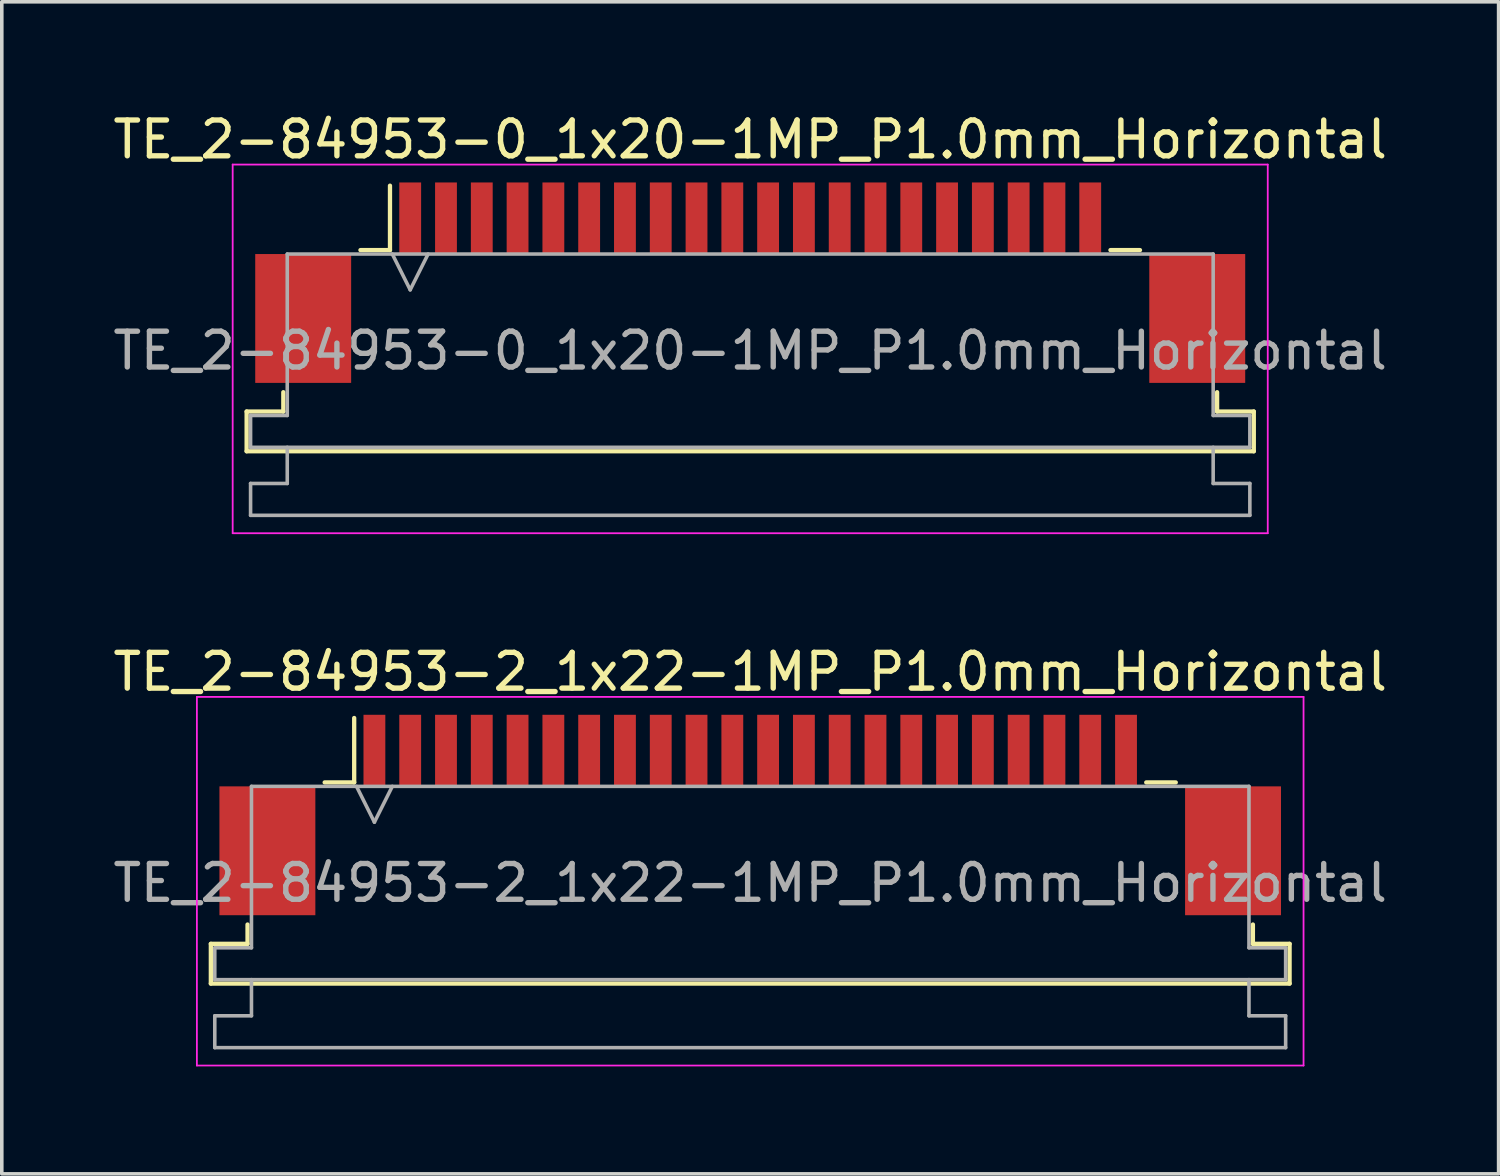
<source format=kicad_pcb>
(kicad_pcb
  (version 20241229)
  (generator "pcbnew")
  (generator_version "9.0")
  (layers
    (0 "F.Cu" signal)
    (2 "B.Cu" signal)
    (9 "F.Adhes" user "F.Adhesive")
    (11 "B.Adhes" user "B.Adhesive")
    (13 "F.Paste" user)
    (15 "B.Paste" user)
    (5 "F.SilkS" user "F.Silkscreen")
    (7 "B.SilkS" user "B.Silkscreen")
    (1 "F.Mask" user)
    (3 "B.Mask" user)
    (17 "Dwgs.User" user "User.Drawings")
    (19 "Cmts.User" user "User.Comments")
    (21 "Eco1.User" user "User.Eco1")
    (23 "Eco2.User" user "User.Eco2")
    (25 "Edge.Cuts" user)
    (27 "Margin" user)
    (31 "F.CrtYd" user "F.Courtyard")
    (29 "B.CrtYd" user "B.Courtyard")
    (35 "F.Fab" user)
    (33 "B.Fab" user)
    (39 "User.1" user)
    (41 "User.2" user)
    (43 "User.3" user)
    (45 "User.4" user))
  (footprint "TE_2-84953-2_1x22-1MP_P1.0mm_Horizontal"
    (layer "F.Cu")
    (at 17.911 19.721)
    (property "Reference" "TE_2-84953-2_1x22-1MP_P1.0mm_Horizontal" (at 0 -4 0) (layer "F.SilkS") (effects (font (size 1 1) (thickness 0.15))))
    (attr smd)
    (fp_line (start -15.07 3.6) (end -14.045 3.6) (stroke (width 0.12) (type solid)) (layer "F.SilkS"))
    (fp_line (start -15.07 4.71) (end -15.07 3.6) (stroke (width 0.12) (type solid)) (layer "F.SilkS"))
    (fp_line (start -14.045 3.6) (end -14.045 3.06) (stroke (width 0.12) (type solid)) (layer "F.SilkS"))
    (fp_line (start -11.89 -0.91) (end -11.065 -0.91) (stroke (width 0.12) (type solid)) (layer "F.SilkS"))
    (fp_line (start -11.065 -0.91) (end -11.065 -2.71) (stroke (width 0.12) (type solid)) (layer "F.SilkS"))
    (fp_line (start 11.065 -0.91) (end 11.89 -0.91) (stroke (width 0.12) (type solid)) (layer "F.SilkS"))
    (fp_line (start 14.045 3.06) (end 14.045 3.6) (stroke (width 0.12) (type solid)) (layer "F.SilkS"))
    (fp_line (start 14.045 3.6) (end 15.07 3.6) (stroke (width 0.12) (type solid)) (layer "F.SilkS"))
    (fp_line (start 15.07 3.6) (end 15.07 4.71) (stroke (width 0.12) (type solid)) (layer "F.SilkS"))
    (fp_line (start 15.07 4.71) (end -15.07 4.71) (stroke (width 0.12) (type solid)) (layer "F.SilkS"))
    (fp_line (start -15.46 -3.3) (end -15.46 7) (stroke (width 0.05) (type solid)) (layer "F.CrtYd"))
    (fp_line (start -15.46 7) (end 15.46 7) (stroke (width 0.05) (type solid)) (layer "F.CrtYd"))
    (fp_line (start 15.46 -3.3) (end -15.46 -3.3) (stroke (width 0.05) (type solid)) (layer "F.CrtYd"))
    (fp_line (start 15.46 7) (end 15.46 -3.3) (stroke (width 0.05) (type solid)) (layer "F.CrtYd"))
    (fp_line (start -14.96 3.71) (end -13.935 3.71) (stroke (width 0.1) (type solid)) (layer "F.Fab"))
    (fp_line (start -14.96 4.6) (end -14.96 3.71) (stroke (width 0.1) (type solid)) (layer "F.Fab"))
    (fp_line (start -14.96 5.61) (end -13.935 5.61) (stroke (width 0.1) (type solid)) (layer "F.Fab"))
    (fp_line (start -14.96 6.5) (end -14.96 5.61) (stroke (width 0.1) (type solid)) (layer "F.Fab"))
    (fp_line (start -13.935 -0.8) (end 13.935 -0.8) (stroke (width 0.1) (type solid)) (layer "F.Fab"))
    (fp_line (start -13.935 3.71) (end -13.935 -0.8) (stroke (width 0.1) (type solid)) (layer "F.Fab"))
    (fp_line (start -13.935 5.61) (end -13.935 4.6) (stroke (width 0.1) (type solid)) (layer "F.Fab"))
    (fp_line (start -11 -0.8) (end -10.5 0.2) (stroke (width 0.1) (type solid)) (layer "F.Fab"))
    (fp_line (start -10.5 0.2) (end -10 -0.8) (stroke (width 0.1) (type solid)) (layer "F.Fab"))
    (fp_line (start 13.935 -0.8) (end 13.935 3.71) (stroke (width 0.1) (type solid)) (layer "F.Fab"))
    (fp_line (start 13.935 3.71) (end 14.96 3.71) (stroke (width 0.1) (type solid)) (layer "F.Fab"))
    (fp_line (start 13.935 4.6) (end 13.935 5.61) (stroke (width 0.1) (type solid)) (layer "F.Fab"))
    (fp_line (start 13.935 5.61) (end 14.96 5.61) (stroke (width 0.1) (type solid)) (layer "F.Fab"))
    (fp_line (start 14.96 3.71) (end 14.96 4.6) (stroke (width 0.1) (type solid)) (layer "F.Fab"))
    (fp_line (start 14.96 4.6) (end -14.96 4.6) (stroke (width 0.1) (type solid)) (layer "F.Fab"))
    (fp_line (start 14.96 5.61) (end 14.96 6.5) (stroke (width 0.1) (type solid)) (layer "F.Fab"))
    (fp_line (start 14.96 6.5) (end -14.96 6.5) (stroke (width 0.1) (type solid)) (layer "F.Fab"))
    (fp_text user "${REFERENCE}" (at 0 1.9 0) (layer "F.Fab") (effects (font (size 1 1) (thickness 0.15))))
    (pad "1" smd rect (at -10.5 -1.8) (size 0.61 2) (layers "F.Cu" "F.Mask" "F.Paste"))
    (pad "2" smd rect (at -9.5 -1.8) (size 0.61 2) (layers "F.Cu" "F.Mask" "F.Paste"))
    (pad "3" smd rect (at -8.5 -1.8) (size 0.61 2) (layers "F.Cu" "F.Mask" "F.Paste"))
    (pad "4" smd rect (at -7.5 -1.8) (size 0.61 2) (layers "F.Cu" "F.Mask" "F.Paste"))
    (pad "5" smd rect (at -6.5 -1.8) (size 0.61 2) (layers "F.Cu" "F.Mask" "F.Paste"))
    (pad "6" smd rect (at -5.5 -1.8) (size 0.61 2) (layers "F.Cu" "F.Mask" "F.Paste"))
    (pad "7" smd rect (at -4.5 -1.8) (size 0.61 2) (layers "F.Cu" "F.Mask" "F.Paste"))
    (pad "8" smd rect (at -3.5 -1.8) (size 0.61 2) (layers "F.Cu" "F.Mask" "F.Paste"))
    (pad "9" smd rect (at -2.5 -1.8) (size 0.61 2) (layers "F.Cu" "F.Mask" "F.Paste"))
    (pad "10" smd rect (at -1.5 -1.8) (size 0.61 2) (layers "F.Cu" "F.Mask" "F.Paste"))
    (pad "11" smd rect (at -0.5 -1.8) (size 0.61 2) (layers "F.Cu" "F.Mask" "F.Paste"))
    (pad "12" smd rect (at 0.5 -1.8) (size 0.61 2) (layers "F.Cu" "F.Mask" "F.Paste"))
    (pad "13" smd rect (at 1.5 -1.8) (size 0.61 2) (layers "F.Cu" "F.Mask" "F.Paste"))
    (pad "14" smd rect (at 2.5 -1.8) (size 0.61 2) (layers "F.Cu" "F.Mask" "F.Paste"))
    (pad "15" smd rect (at 3.5 -1.8) (size 0.61 2) (layers "F.Cu" "F.Mask" "F.Paste"))
    (pad "16" smd rect (at 4.5 -1.8) (size 0.61 2) (layers "F.Cu" "F.Mask" "F.Paste"))
    (pad "17" smd rect (at 5.5 -1.8) (size 0.61 2) (layers "F.Cu" "F.Mask" "F.Paste"))
    (pad "18" smd rect (at 6.5 -1.8) (size 0.61 2) (layers "F.Cu" "F.Mask" "F.Paste"))
    (pad "19" smd rect (at 7.5 -1.8) (size 0.61 2) (layers "F.Cu" "F.Mask" "F.Paste"))
    (pad "20" smd rect (at 8.5 -1.8) (size 0.61 2) (layers "F.Cu" "F.Mask" "F.Paste"))
    (pad "21" smd rect (at 9.5 -1.8) (size 0.61 2) (layers "F.Cu" "F.Mask" "F.Paste"))
    (pad "22" smd rect (at 10.5 -1.8) (size 0.61 2) (layers "F.Cu" "F.Mask" "F.Paste"))
    (pad "MP" smd rect (at -13.49 1) (size 2.68 3.6) (layers "F.Cu" "F.Mask" "F.Paste"))
    (pad "MP" smd rect (at 13.49 1) (size 2.68 3.6) (layers "F.Cu" "F.Mask" "F.Paste")))
  (footprint "TE_2-84953-0_1x20-1MP_P1.0mm_Horizontal"
    (layer "F.Cu")
    (at 17.911 4.848)
    (property "Reference" "TE_2-84953-0_1x20-1MP_P1.0mm_Horizontal" (at 0 -4 0) (layer "F.SilkS") (effects (font (size 1 1) (thickness 0.15))))
    (attr smd)
    (fp_line (start -14.07 3.6) (end -13.045 3.6) (stroke (width 0.12) (type solid)) (layer "F.SilkS"))
    (fp_line (start -14.07 4.71) (end -14.07 3.6) (stroke (width 0.12) (type solid)) (layer "F.SilkS"))
    (fp_line (start -13.045 3.6) (end -13.045 3.06) (stroke (width 0.12) (type solid)) (layer "F.SilkS"))
    (fp_line (start -10.89 -0.91) (end -10.065 -0.91) (stroke (width 0.12) (type solid)) (layer "F.SilkS"))
    (fp_line (start -10.065 -0.91) (end -10.065 -2.71) (stroke (width 0.12) (type solid)) (layer "F.SilkS"))
    (fp_line (start 10.065 -0.91) (end 10.89 -0.91) (stroke (width 0.12) (type solid)) (layer "F.SilkS"))
    (fp_line (start 13.045 3.06) (end 13.045 3.6) (stroke (width 0.12) (type solid)) (layer "F.SilkS"))
    (fp_line (start 13.045 3.6) (end 14.07 3.6) (stroke (width 0.12) (type solid)) (layer "F.SilkS"))
    (fp_line (start 14.07 3.6) (end 14.07 4.71) (stroke (width 0.12) (type solid)) (layer "F.SilkS"))
    (fp_line (start 14.07 4.71) (end -14.07 4.71) (stroke (width 0.12) (type solid)) (layer "F.SilkS"))
    (fp_line (start -14.46 -3.3) (end -14.46 7) (stroke (width 0.05) (type solid)) (layer "F.CrtYd"))
    (fp_line (start -14.46 7) (end 14.46 7) (stroke (width 0.05) (type solid)) (layer "F.CrtYd"))
    (fp_line (start 14.46 -3.3) (end -14.46 -3.3) (stroke (width 0.05) (type solid)) (layer "F.CrtYd"))
    (fp_line (start 14.46 7) (end 14.46 -3.3) (stroke (width 0.05) (type solid)) (layer "F.CrtYd"))
    (fp_line (start -13.96 3.71) (end -12.935 3.71) (stroke (width 0.1) (type solid)) (layer "F.Fab"))
    (fp_line (start -13.96 4.6) (end -13.96 3.71) (stroke (width 0.1) (type solid)) (layer "F.Fab"))
    (fp_line (start -13.96 5.61) (end -12.935 5.61) (stroke (width 0.1) (type solid)) (layer "F.Fab"))
    (fp_line (start -13.96 6.5) (end -13.96 5.61) (stroke (width 0.1) (type solid)) (layer "F.Fab"))
    (fp_line (start -12.935 -0.8) (end 12.935 -0.8) (stroke (width 0.1) (type solid)) (layer "F.Fab"))
    (fp_line (start -12.935 3.71) (end -12.935 -0.8) (stroke (width 0.1) (type solid)) (layer "F.Fab"))
    (fp_line (start -12.935 5.61) (end -12.935 4.6) (stroke (width 0.1) (type solid)) (layer "F.Fab"))
    (fp_line (start -10 -0.8) (end -9.5 0.2) (stroke (width 0.1) (type solid)) (layer "F.Fab"))
    (fp_line (start -9.5 0.2) (end -9 -0.8) (stroke (width 0.1) (type solid)) (layer "F.Fab"))
    (fp_line (start 12.935 -0.8) (end 12.935 3.71) (stroke (width 0.1) (type solid)) (layer "F.Fab"))
    (fp_line (start 12.935 3.71) (end 13.96 3.71) (stroke (width 0.1) (type solid)) (layer "F.Fab"))
    (fp_line (start 12.935 4.6) (end 12.935 5.61) (stroke (width 0.1) (type solid)) (layer "F.Fab"))
    (fp_line (start 12.935 5.61) (end 13.96 5.61) (stroke (width 0.1) (type solid)) (layer "F.Fab"))
    (fp_line (start 13.96 3.71) (end 13.96 4.6) (stroke (width 0.1) (type solid)) (layer "F.Fab"))
    (fp_line (start 13.96 4.6) (end -13.96 4.6) (stroke (width 0.1) (type solid)) (layer "F.Fab"))
    (fp_line (start 13.96 5.61) (end 13.96 6.5) (stroke (width 0.1) (type solid)) (layer "F.Fab"))
    (fp_line (start 13.96 6.5) (end -13.96 6.5) (stroke (width 0.1) (type solid)) (layer "F.Fab"))
    (fp_text user "${REFERENCE}" (at 0 1.9 0) (layer "F.Fab") (effects (font (size 1 1) (thickness 0.15))))
    (pad "1" smd rect (at -9.5 -1.8) (size 0.61 2) (layers "F.Cu" "F.Mask" "F.Paste"))
    (pad "2" smd rect (at -8.5 -1.8) (size 0.61 2) (layers "F.Cu" "F.Mask" "F.Paste"))
    (pad "3" smd rect (at -7.5 -1.8) (size 0.61 2) (layers "F.Cu" "F.Mask" "F.Paste"))
    (pad "4" smd rect (at -6.5 -1.8) (size 0.61 2) (layers "F.Cu" "F.Mask" "F.Paste"))
    (pad "5" smd rect (at -5.5 -1.8) (size 0.61 2) (layers "F.Cu" "F.Mask" "F.Paste"))
    (pad "6" smd rect (at -4.5 -1.8) (size 0.61 2) (layers "F.Cu" "F.Mask" "F.Paste"))
    (pad "7" smd rect (at -3.5 -1.8) (size 0.61 2) (layers "F.Cu" "F.Mask" "F.Paste"))
    (pad "8" smd rect (at -2.5 -1.8) (size 0.61 2) (layers "F.Cu" "F.Mask" "F.Paste"))
    (pad "9" smd rect (at -1.5 -1.8) (size 0.61 2) (layers "F.Cu" "F.Mask" "F.Paste"))
    (pad "10" smd rect (at -0.5 -1.8) (size 0.61 2) (layers "F.Cu" "F.Mask" "F.Paste"))
    (pad "11" smd rect (at 0.5 -1.8) (size 0.61 2) (layers "F.Cu" "F.Mask" "F.Paste"))
    (pad "12" smd rect (at 1.5 -1.8) (size 0.61 2) (layers "F.Cu" "F.Mask" "F.Paste"))
    (pad "13" smd rect (at 2.5 -1.8) (size 0.61 2) (layers "F.Cu" "F.Mask" "F.Paste"))
    (pad "14" smd rect (at 3.5 -1.8) (size 0.61 2) (layers "F.Cu" "F.Mask" "F.Paste"))
    (pad "15" smd rect (at 4.5 -1.8) (size 0.61 2) (layers "F.Cu" "F.Mask" "F.Paste"))
    (pad "16" smd rect (at 5.5 -1.8) (size 0.61 2) (layers "F.Cu" "F.Mask" "F.Paste"))
    (pad "17" smd rect (at 6.5 -1.8) (size 0.61 2) (layers "F.Cu" "F.Mask" "F.Paste"))
    (pad "18" smd rect (at 7.5 -1.8) (size 0.61 2) (layers "F.Cu" "F.Mask" "F.Paste"))
    (pad "19" smd rect (at 8.5 -1.8) (size 0.61 2) (layers "F.Cu" "F.Mask" "F.Paste"))
    (pad "20" smd rect (at 9.5 -1.8) (size 0.61 2) (layers "F.Cu" "F.Mask" "F.Paste"))
    (pad "MP" smd rect (at -12.49 1) (size 2.68 3.6) (layers "F.Cu" "F.Mask" "F.Paste"))
    (pad "MP" smd rect (at 12.49 1) (size 2.68 3.6) (layers "F.Cu" "F.Mask" "F.Paste")))
  (gr_rect
    (start -3 -3)
    (end 38.821 29.747)
    (stroke (width 0.1) (type default))
    (fill no)
    (layer "Edge.Cuts")))
</source>
